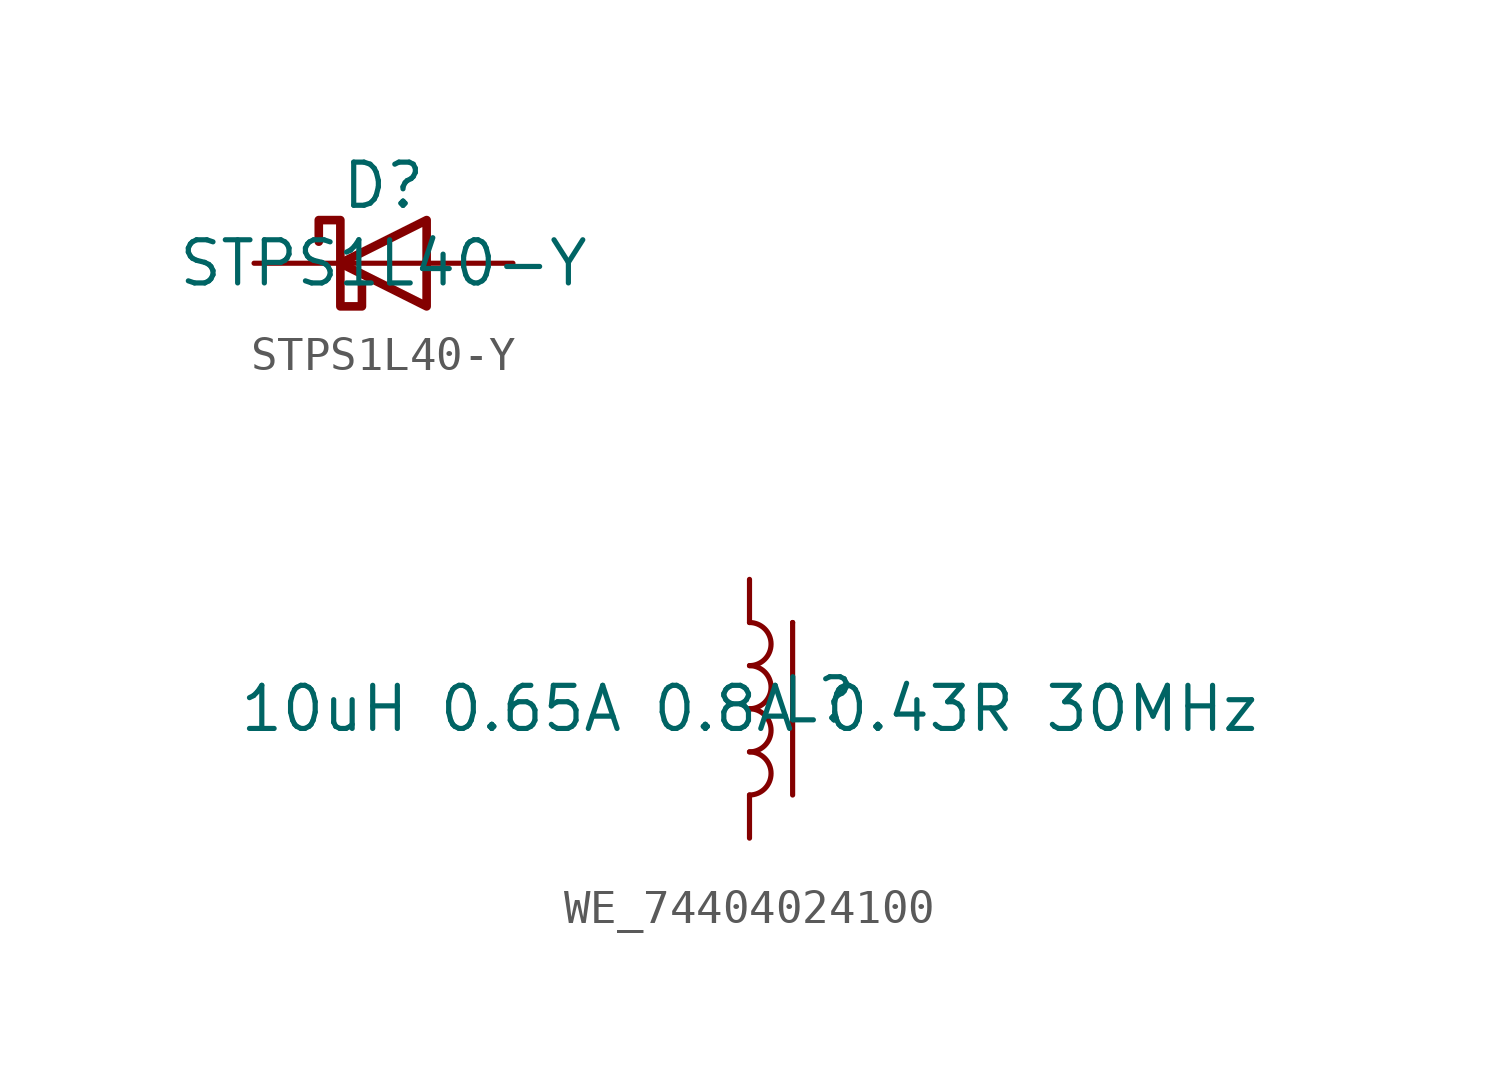
<source format=kicad_sym>
(kicad_symbol_lib
  (version 20231120)
  (generator "kicad_symbol_editor")
  (generator_version "8.0")
  (symbol "STPS1L40-Y"
    (pin_numbers hide)
    (pin_names hide)
    (property "Reference" "D"
      (at 0 2.286 0)
      (effects (font (size 1.27 1.27))))
    (property "Value" "STPS1L40-Y"
      (at 0 0 0)
      (effects (font (size 1.27 1.27))))
    (symbol "STPS1L40-Y_0_1"
      (polyline (pts (xy 1.27 0) (xy -1.27 0)) (stroke (width 0) (type default)) (fill (type none)))
      (polyline (pts (xy 1.27 1.27) (xy 1.27 -1.27) (xy -1.27 0) (xy 1.27 1.27)) (stroke (width 0.254) (type default)) (fill (type none)))
      (polyline (pts (xy -1.905 0.635) (xy -1.905 1.27) (xy -1.27 1.27) (xy -1.27 -1.27) (xy -0.635 -1.27) (xy -0.635 -0.635)) (stroke (width 0.254) (type default)) (fill (type none))))
    (symbol "STPS1L40-Y_1_1"
      (pin passive line (at -3.81 0 0) (length 2.54) (name "K" (effects (font (size 1.27 1.27)))) (number "1" (effects (font (size 1.27 1.27)))))
      (pin passive line (at 3.81 0 180) (length 2.54) (name "A" (effects (font (size 1.27 1.27)))) (number "2" (effects (font (size 1.27 1.27)))))))
  (symbol "WE_74404024100"
    (pin_numbers hide)
    (pin_names hide)
    (property "Reference" "L"
      (at 2.032 0.254 0)
      (effects (font (size 1.27 1.27))))
    (property "Value" "10uH 0.65A 0.8A 0.43R 30MHz"
      (at 0 0 0)
      (effects (font (size 1.27 1.27))))
    (symbol "WE_74404024100_0_1"
      (arc (start 0 -2.54) (mid 0.6323 -1.905) (end 0 -1.27) (stroke (width 0) (type default)) (fill (type none)))
      (arc (start 0 -1.27) (mid 0.6323 -0.635) (end 0 0) (stroke (width 0) (type default)) (fill (type none)))
      (polyline (pts (xy 1.27 -2.54) (xy 1.27 2.54)) (stroke (width 0) (type default)) (fill (type none)))
      (polyline (pts (xy 1.27 2.54) (xy 1.27 2.54)) (stroke (width 0) (type default)) (fill (type none)))
      (arc (start 0 0) (mid 0.6323 0.635) (end 0 1.27) (stroke (width 0) (type default)) (fill (type none)))
      (arc (start 0 1.27) (mid 0.6323 1.905) (end 0 2.54) (stroke (width 0) (type default)) (fill (type none))))
    (symbol "WE_74404024100_1_1"
      (pin passive line (at 0 3.81 270) (length 1.27) (name "1" (effects (font (size 1.27 1.27)))) (number "1" (effects (font (size 1.27 1.27)))))
      (pin passive line (at 0 -3.81 90) (length 1.27) (name "2" (effects (font (size 1.27 1.27)))) (number "2" (effects (font (size 1.27 1.27))))))))
</source>
